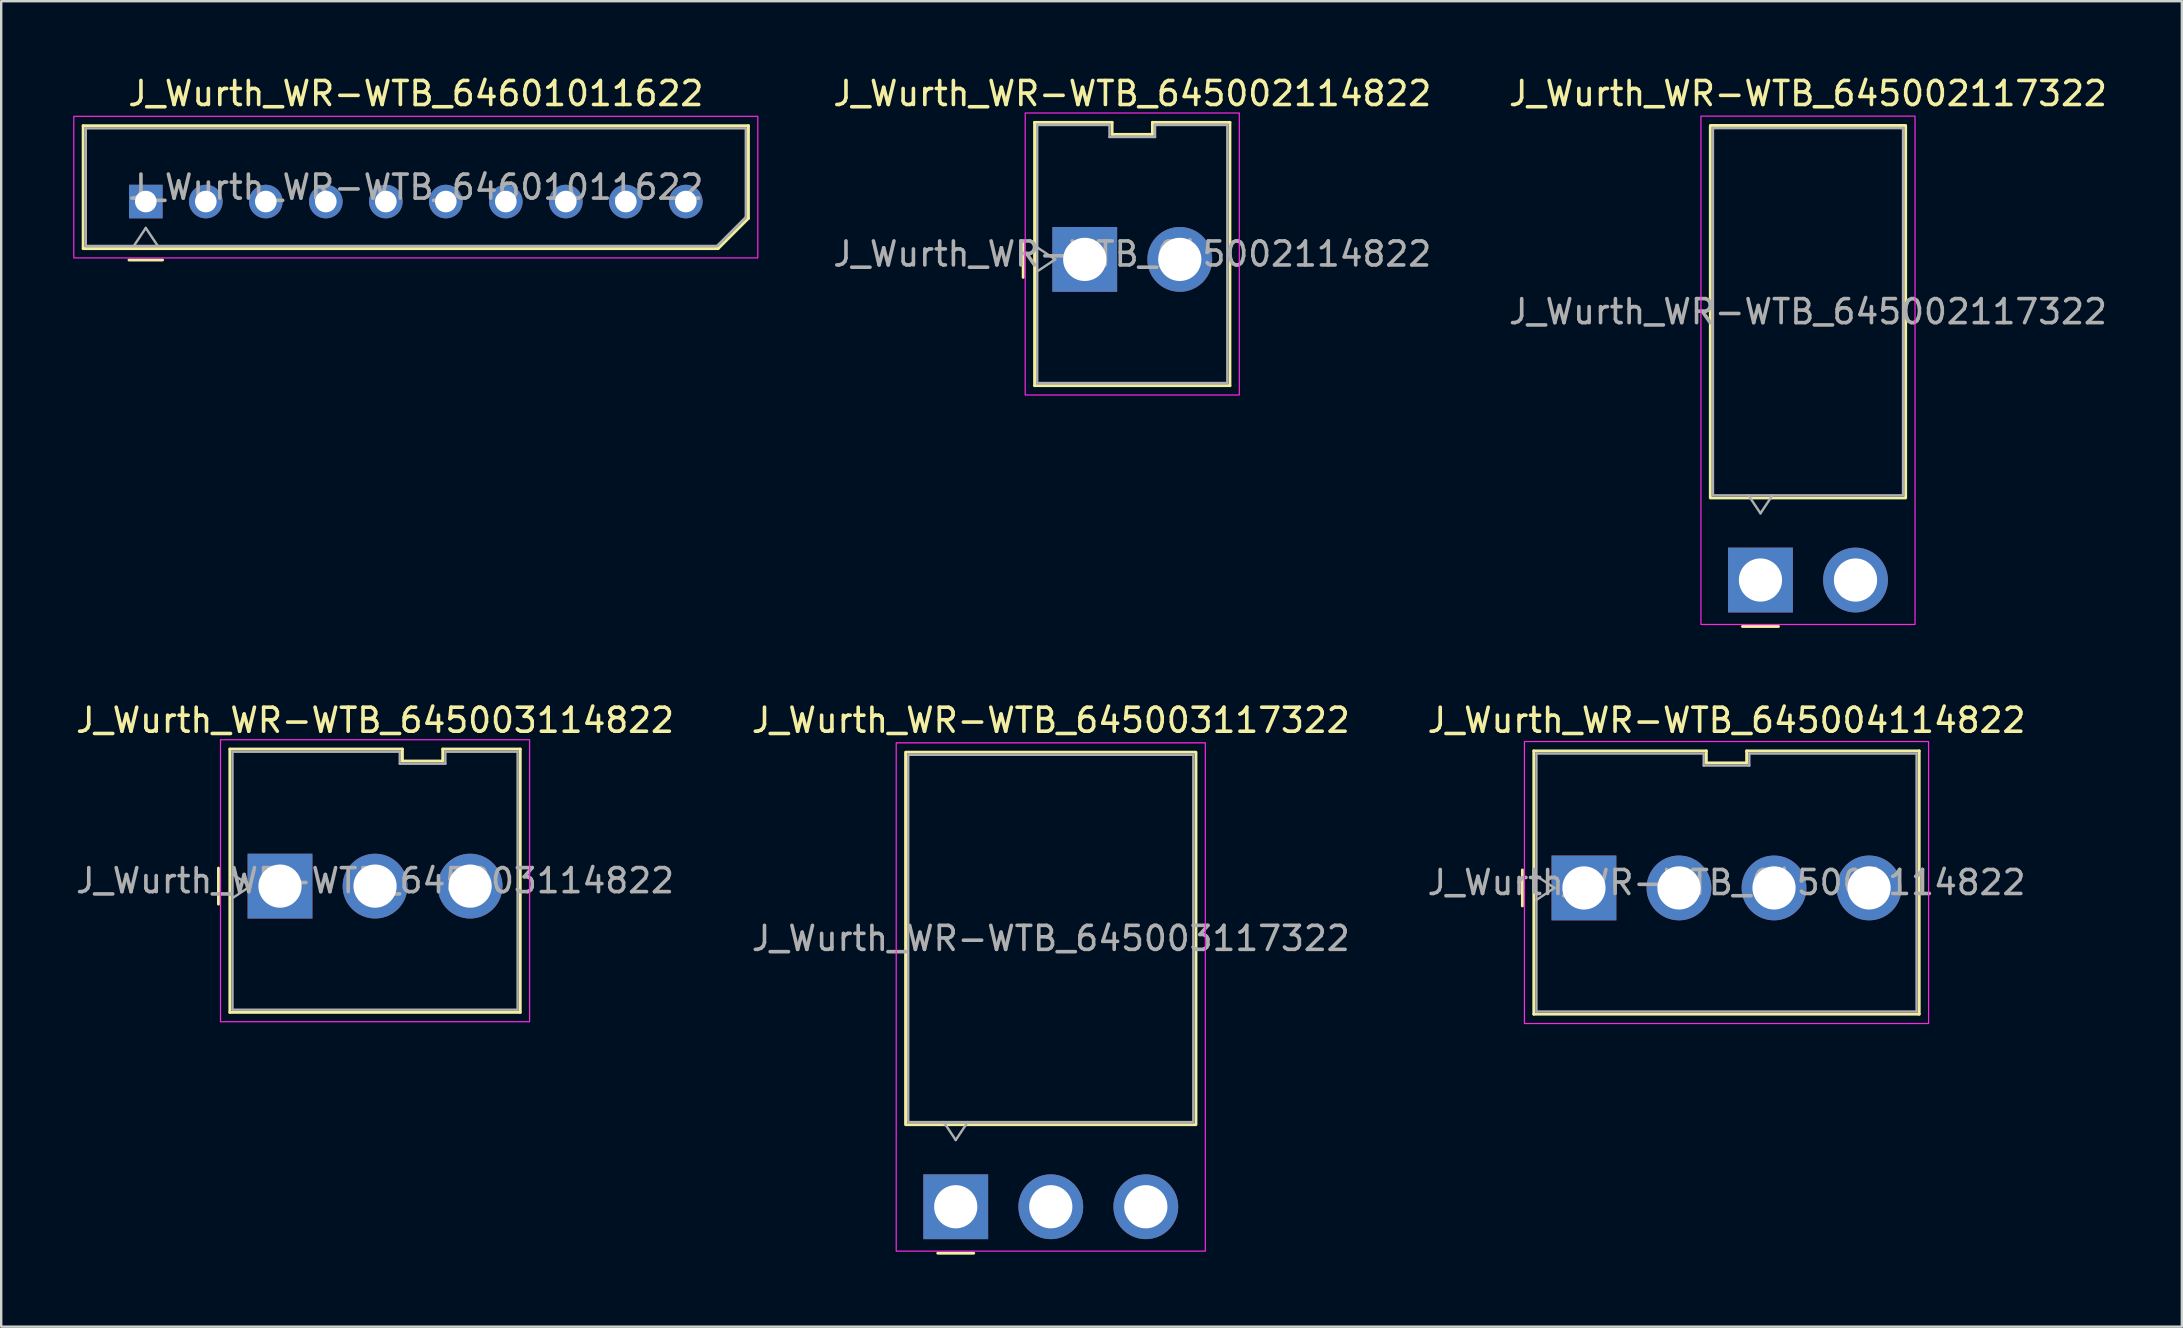
<source format=kicad_pcb>
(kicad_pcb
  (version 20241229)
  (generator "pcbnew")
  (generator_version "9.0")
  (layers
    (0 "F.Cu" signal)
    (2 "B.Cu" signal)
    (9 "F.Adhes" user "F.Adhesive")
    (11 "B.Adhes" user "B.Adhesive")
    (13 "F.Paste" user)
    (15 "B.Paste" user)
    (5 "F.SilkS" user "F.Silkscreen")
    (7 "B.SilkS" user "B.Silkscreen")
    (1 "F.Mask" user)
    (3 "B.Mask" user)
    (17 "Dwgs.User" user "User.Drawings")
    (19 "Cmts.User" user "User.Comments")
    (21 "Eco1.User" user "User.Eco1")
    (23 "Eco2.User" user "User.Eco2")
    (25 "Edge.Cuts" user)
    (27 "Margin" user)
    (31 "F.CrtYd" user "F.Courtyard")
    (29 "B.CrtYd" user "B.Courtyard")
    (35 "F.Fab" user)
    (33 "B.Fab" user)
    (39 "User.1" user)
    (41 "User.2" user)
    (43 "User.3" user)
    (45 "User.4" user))
  (footprint "J_Wurth_WR-WTB_645003117322"
    (layer "F.Cu")
    (at 36.772 47.231)
    (property "Reference" "J_Wurth_WR-WTB_645003117322" (at 3.96 -20.27 0) (unlocked yes) (layer "F.SilkS") (effects (font (size 1 1) (thickness 0.15))))
    (attr through_hole)
    (fp_line (start -0.75 1.935) (end 0.75 1.935) (stroke (width 0.12) (type solid)) (layer "F.SilkS"))
    (fp_rect (start -2.09 -18.94) (end 10.01 -3.42) (stroke (width 0.12) (type solid)) (fill no) (layer "F.SilkS"))
    (fp_rect (start -2.48 -19.33) (end 10.4 1.85) (stroke (width 0.05) (type solid)) (fill no) (layer "F.CrtYd"))
    (fp_line (start 0 -2.78) (end -0.5 -3.53) (stroke (width 0.1) (type solid)) (layer "F.Fab"))
    (fp_line (start 0 -2.78) (end 0.5 -3.53) (stroke (width 0.1) (type solid)) (layer "F.Fab"))
    (fp_rect (start -1.98 -18.83) (end 9.9 -3.53) (stroke (width 0.1) (type solid)) (fill no) (layer "F.Fab"))
    (fp_text user "${REFERENCE}" (at 3.96 -11.18 0) (unlocked yes) (layer "F.Fab") (effects (font (size 1 1) (thickness 0.15))))
    (pad "1" thru_hole rect (at 0 0 180) (size 2.7 2.7) (drill 1.8) (layers "*.Cu" "*.Mask"))
    (pad "2" thru_hole circle (at 3.96 0 180) (size 2.7 2.7) (drill 1.8) (layers "*.Cu" "*.Mask"))
    (pad "3" thru_hole circle (at 7.92 0 180) (size 2.7 2.7) (drill 1.8) (layers "*.Cu" "*.Mask")))
  (footprint "J_Wurth_WR-WTB_64601011622"
    (layer "F.Cu")
    (at 3.025 5.348)
    (property "Reference" "J_Wurth_WR-WTB_64601011622" (at 11.25 -4.5 0) (unlocked yes) (layer "F.SilkS") (effects (font (size 1 1) (thickness 0.15))))
    (attr through_hole)
    (fp_line (start -2.61 -3.16) (end 25.11 -3.16) (stroke (width 0.12) (type default)) (layer "F.SilkS"))
    (fp_line (start -2.61 1.96) (end -2.61 -3.16) (stroke (width 0.12) (type default)) (layer "F.SilkS"))
    (fp_line (start -0.7 2.435) (end 0.7 2.435) (stroke (width 0.12) (type solid)) (layer "F.SilkS"))
    (fp_line (start 23.846 1.96) (end -2.61 1.96) (stroke (width 0.12) (type default)) (layer "F.SilkS"))
    (fp_line (start 23.846 1.96) (end 25.11 0.696) (stroke (width 0.12) (type default)) (layer "F.SilkS"))
    (fp_line (start 25.11 -3.16) (end 25.11 0.696) (stroke (width 0.12) (type default)) (layer "F.SilkS"))
    (fp_rect (start -3 -3.55) (end 25.5 2.35) (stroke (width 0.05) (type solid)) (fill no) (layer "F.CrtYd"))
    (fp_line (start -2.5 -3.05) (end 25 -3.05) (stroke (width 0.1) (type default)) (layer "F.Fab"))
    (fp_line (start -2.5 1.85) (end -2.5 -3.05) (stroke (width 0.1) (type default)) (layer "F.Fab"))
    (fp_line (start 0 1.1) (end -0.5 1.85) (stroke (width 0.1) (type solid)) (layer "F.Fab"))
    (fp_line (start 0 1.1) (end 0.5 1.85) (stroke (width 0.1) (type solid)) (layer "F.Fab"))
    (fp_line (start 23.8 1.85) (end -2.5 1.85) (stroke (width 0.1) (type solid)) (layer "F.Fab"))
    (fp_line (start 23.8 1.85) (end 25 0.65) (stroke (width 0.1) (type default)) (layer "F.Fab"))
    (fp_line (start 25 -3.05) (end 25 0.65) (stroke (width 0.1) (type solid)) (layer "F.Fab"))
    (fp_text user "${REFERENCE}" (at 11.25 -0.6 0) (unlocked yes) (layer "F.Fab") (effects (font (size 1 1) (thickness 0.15))))
    (pad "1" thru_hole rect (at 0 0 180) (size 1.4 1.4) (drill 0.9) (layers "*.Cu" "*.Mask"))
    (pad "2" thru_hole circle (at 2.5 0 180) (size 1.4 1.4) (drill 0.9) (layers "*.Cu" "*.Mask"))
    (pad "3" thru_hole circle (at 5 0 180) (size 1.4 1.4) (drill 0.9) (layers "*.Cu" "*.Mask"))
    (pad "4" thru_hole circle (at 7.5 0 180) (size 1.4 1.4) (drill 0.9) (layers "*.Cu" "*.Mask"))
    (pad "5" thru_hole circle (at 10 0 180) (size 1.4 1.4) (drill 0.9) (layers "*.Cu" "*.Mask"))
    (pad "6" thru_hole circle (at 12.5 0 180) (size 1.4 1.4) (drill 0.9) (layers "*.Cu" "*.Mask"))
    (pad "7" thru_hole circle (at 15 0 180) (size 1.4 1.4) (drill 0.9) (layers "*.Cu" "*.Mask"))
    (pad "8" thru_hole circle (at 17.5 0 180) (size 1.4 1.4) (drill 0.9) (layers "*.Cu" "*.Mask"))
    (pad "9" thru_hole circle (at 20 0 180) (size 1.4 1.4) (drill 0.9) (layers "*.Cu" "*.Mask"))
    (pad "10" thru_hole circle (at 22.5 0 180) (size 1.4 1.4) (drill 0.9) (layers "*.Cu" "*.Mask")))
  (footprint "J_Wurth_WR-WTB_645002117322"
    (layer "F.Cu")
    (at 70.302 21.118)
    (property "Reference" "J_Wurth_WR-WTB_645002117322" (at 1.98 -20.27 0) (unlocked yes) (layer "F.SilkS") (effects (font (size 1 1) (thickness 0.15))))
    (attr through_hole)
    (fp_line (start -0.75 1.935) (end 0.75 1.935) (stroke (width 0.12) (type solid)) (layer "F.SilkS"))
    (fp_rect (start -2.09 -18.94) (end 6.05 -3.42) (stroke (width 0.12) (type default)) (fill no) (layer "F.SilkS"))
    (fp_rect (start -2.48 -19.33) (end 6.44 1.85) (stroke (width 0.05) (type solid)) (fill no) (layer "F.CrtYd"))
    (fp_line (start 0 -2.78) (end -0.5 -3.53) (stroke (width 0.1) (type solid)) (layer "F.Fab"))
    (fp_line (start 0 -2.78) (end 0.5 -3.53) (stroke (width 0.1) (type solid)) (layer "F.Fab"))
    (fp_rect (start -1.98 -18.83) (end 5.94 -3.53) (stroke (width 0.1) (type solid)) (fill no) (layer "F.Fab"))
    (fp_text user "${REFERENCE}" (at 1.98 -11.18 0) (unlocked yes) (layer "F.Fab") (effects (font (size 1 1) (thickness 0.15))))
    (pad "1" thru_hole rect (at 0 0 180) (size 2.7 2.7) (drill 1.8) (layers "*.Cu" "*.Mask"))
    (pad "2" thru_hole circle (at 3.96 0 180) (size 2.7 2.7) (drill 1.8) (layers "*.Cu" "*.Mask")))
  (footprint "J_Wurth_WR-WTB_645004114822"
    (layer "F.Cu")
    (at 62.947 33.947)
    (property "Reference" "J_Wurth_WR-WTB_645004114822" (at 5.94 -6.985 0) (unlocked yes) (layer "F.SilkS") (effects (font (size 1 1) (thickness 0.15))))
    (attr through_hole)
    (fp_line (start -2.565 -0.75) (end -2.565 0.75) (stroke (width 0.12) (type solid)) (layer "F.SilkS"))
    (fp_line (start -2.09 5.26) (end -2.09 -5.71) (stroke (width 0.12) (type default)) (layer "F.SilkS"))
    (fp_line (start 5.1 -5.71) (end -2.09 -5.71) (stroke (width 0.12) (type solid)) (layer "F.SilkS"))
    (fp_line (start 5.1 -5.71) (end 5.1 -5.21) (stroke (width 0.12) (type solid)) (layer "F.SilkS"))
    (fp_line (start 6.78 -5.71) (end 6.78 -5.21) (stroke (width 0.12) (type solid)) (layer "F.SilkS"))
    (fp_line (start 6.78 -5.21) (end 5.1 -5.21) (stroke (width 0.12) (type solid)) (layer "F.SilkS"))
    (fp_line (start 13.97 -5.71) (end 6.78 -5.71) (stroke (width 0.12) (type solid)) (layer "F.SilkS"))
    (fp_line (start 13.97 -5.71) (end 13.97 5.26) (stroke (width 0.12) (type default)) (layer "F.SilkS"))
    (fp_line (start 13.97 5.26) (end -2.09 5.26) (stroke (width 0.12) (type default)) (layer "F.SilkS"))
    (fp_rect (start -2.48 -6.1) (end 14.36 5.65) (stroke (width 0.05) (type solid)) (fill no) (layer "F.CrtYd"))
    (fp_line (start -1.98 5.15) (end -1.98 -5.6) (stroke (width 0.1) (type default)) (layer "F.Fab"))
    (fp_line (start -1.23 0) (end -1.98 -0.5) (stroke (width 0.1) (type solid)) (layer "F.Fab"))
    (fp_line (start -1.23 0) (end -1.98 0.5) (stroke (width 0.1) (type solid)) (layer "F.Fab"))
    (fp_line (start 4.99 -5.6) (end -1.98 -5.6) (stroke (width 0.1) (type solid)) (layer "F.Fab"))
    (fp_line (start 4.99 -5.6) (end 4.99 -5.1) (stroke (width 0.1) (type default)) (layer "F.Fab"))
    (fp_line (start 6.89 -5.6) (end 6.89 -5.1) (stroke (width 0.1) (type default)) (layer "F.Fab"))
    (fp_line (start 6.89 -5.1) (end 4.99 -5.1) (stroke (width 0.1) (type solid)) (layer "F.Fab"))
    (fp_line (start 13.86 -5.6) (end 6.89 -5.6) (stroke (width 0.1) (type solid)) (layer "F.Fab"))
    (fp_line (start 13.86 -5.6) (end 13.86 5.15) (stroke (width 0.1) (type default)) (layer "F.Fab"))
    (fp_line (start 13.86 5.15) (end -1.98 5.15) (stroke (width 0.1) (type default)) (layer "F.Fab"))
    (fp_text user "${REFERENCE}" (at 5.94 -0.225 0) (unlocked yes) (layer "F.Fab") (effects (font (size 1 1) (thickness 0.15))))
    (pad "1" thru_hole rect (at 0 0 180) (size 2.7 2.7) (drill 1.8) (layers "*.Cu" "*.Mask"))
    (pad "2" thru_hole circle (at 3.96 0 180) (size 2.7 2.7) (drill 1.8) (layers "*.Cu" "*.Mask"))
    (pad "3" thru_hole circle (at 7.92 0 180) (size 2.7 2.7) (drill 1.8) (layers "*.Cu" "*.Mask"))
    (pad "4" thru_hole circle (at 11.88 0 180) (size 2.7 2.7) (drill 1.8) (layers "*.Cu" "*.Mask")))
  (footprint "J_Wurth_WR-WTB_645003114822"
    (layer "F.Cu")
    (at 8.617 33.871)
    (property "Reference" "J_Wurth_WR-WTB_645003114822" (at 3.96 -6.91 0) (unlocked yes) (layer "F.SilkS") (effects (font (size 1 1) (thickness 0.15))))
    (attr through_hole)
    (fp_line (start -2.565 -0.75) (end -2.565 0.75) (stroke (width 0.12) (type solid)) (layer "F.SilkS"))
    (fp_line (start -2.09 5.26) (end -2.09 -5.71) (stroke (width 0.12) (type default)) (layer "F.SilkS"))
    (fp_line (start 5.1 -5.71) (end -2.09 -5.71) (stroke (width 0.12) (type solid)) (layer "F.SilkS"))
    (fp_line (start 5.1 -5.71) (end 5.1 -5.21) (stroke (width 0.12) (type solid)) (layer "F.SilkS"))
    (fp_line (start 6.78 -5.71) (end 6.78 -5.21) (stroke (width 0.12) (type solid)) (layer "F.SilkS"))
    (fp_line (start 6.78 -5.21) (end 5.1 -5.21) (stroke (width 0.12) (type solid)) (layer "F.SilkS"))
    (fp_line (start 10.01 -5.71) (end 6.78 -5.71) (stroke (width 0.12) (type solid)) (layer "F.SilkS"))
    (fp_line (start 10.01 -5.71) (end 10.01 5.26) (stroke (width 0.12) (type default)) (layer "F.SilkS"))
    (fp_line (start 10.01 5.26) (end -2.09 5.26) (stroke (width 0.12) (type default)) (layer "F.SilkS"))
    (fp_rect (start -2.48 -6.1) (end 10.4 5.65) (stroke (width 0.05) (type solid)) (fill no) (layer "F.CrtYd"))
    (fp_line (start -1.98 5.15) (end -1.98 -5.6) (stroke (width 0.1) (type default)) (layer "F.Fab"))
    (fp_line (start -1.23 0) (end -1.98 -0.5) (stroke (width 0.1) (type solid)) (layer "F.Fab"))
    (fp_line (start -1.23 0) (end -1.98 0.5) (stroke (width 0.1) (type solid)) (layer "F.Fab"))
    (fp_line (start 4.99 -5.6) (end -1.98 -5.6) (stroke (width 0.1) (type solid)) (layer "F.Fab"))
    (fp_line (start 4.99 -5.6) (end 4.99 -5.1) (stroke (width 0.1) (type default)) (layer "F.Fab"))
    (fp_line (start 6.89 -5.6) (end 6.89 -5.1) (stroke (width 0.1) (type default)) (layer "F.Fab"))
    (fp_line (start 6.89 -5.1) (end 4.99 -5.1) (stroke (width 0.1) (type solid)) (layer "F.Fab"))
    (fp_line (start 9.9 -5.6) (end 6.89 -5.6) (stroke (width 0.1) (type solid)) (layer "F.Fab"))
    (fp_line (start 9.9 -5.6) (end 9.9 5.15) (stroke (width 0.1) (type default)) (layer "F.Fab"))
    (fp_line (start 9.9 5.15) (end -1.98 5.15) (stroke (width 0.1) (type default)) (layer "F.Fab"))
    (fp_text user "${REFERENCE}" (at 3.96 -0.225 0) (unlocked yes) (layer "F.Fab") (effects (font (size 1 1) (thickness 0.15))))
    (pad "1" thru_hole rect (at 0 0 180) (size 2.7 2.7) (drill 1.8) (layers "*.Cu" "*.Mask"))
    (pad "2" thru_hole circle (at 3.96 0 180) (size 2.7 2.7) (drill 1.8) (layers "*.Cu" "*.Mask"))
    (pad "3" thru_hole circle (at 7.92 0 180) (size 2.7 2.7) (drill 1.8) (layers "*.Cu" "*.Mask")))
  (footprint "J_Wurth_WR-WTB_645002114822"
    (layer "F.Cu")
    (at 42.147 7.758)
    (property "Reference" "J_Wurth_WR-WTB_645002114822" (at 1.98 -6.91 0) (unlocked yes) (layer "F.SilkS") (effects (font (size 1 1) (thickness 0.15))))
    (attr through_hole)
    (fp_line (start -2.565 -0.75) (end -2.565 0.75) (stroke (width 0.12) (type solid)) (layer "F.SilkS"))
    (fp_line (start -2.09 5.26) (end -2.09 -5.71) (stroke (width 0.12) (type default)) (layer "F.SilkS"))
    (fp_line (start 1.14 -5.71) (end -2.09 -5.71) (stroke (width 0.12) (type solid)) (layer "F.SilkS"))
    (fp_line (start 1.14 -5.71) (end 1.14 -5.21) (stroke (width 0.12) (type solid)) (layer "F.SilkS"))
    (fp_line (start 2.82 -5.71) (end 2.82 -5.21) (stroke (width 0.12) (type solid)) (layer "F.SilkS"))
    (fp_line (start 2.82 -5.21) (end 1.14 -5.21) (stroke (width 0.12) (type solid)) (layer "F.SilkS"))
    (fp_line (start 6.05 -5.71) (end 2.82 -5.71) (stroke (width 0.12) (type solid)) (layer "F.SilkS"))
    (fp_line (start 6.05 -5.71) (end 6.05 5.26) (stroke (width 0.12) (type default)) (layer "F.SilkS"))
    (fp_line (start 6.05 5.26) (end -2.09 5.26) (stroke (width 0.12) (type default)) (layer "F.SilkS"))
    (fp_rect (start -2.48 -6.1) (end 6.44 5.65) (stroke (width 0.05) (type default)) (fill no) (layer "F.CrtYd"))
    (fp_line (start -1.98 5.15) (end -1.98 -5.6) (stroke (width 0.1) (type default)) (layer "F.Fab"))
    (fp_line (start -1.23 0) (end -1.98 -0.5) (stroke (width 0.1) (type solid)) (layer "F.Fab"))
    (fp_line (start -1.23 0) (end -1.98 0.5) (stroke (width 0.1) (type solid)) (layer "F.Fab"))
    (fp_line (start 1.03 -5.6) (end -1.98 -5.6) (stroke (width 0.1) (type solid)) (layer "F.Fab"))
    (fp_line (start 1.03 -5.6) (end 1.03 -5.1) (stroke (width 0.1) (type default)) (layer "F.Fab"))
    (fp_line (start 2.93 -5.6) (end 2.93 -5.1) (stroke (width 0.1) (type default)) (layer "F.Fab"))
    (fp_line (start 2.93 -5.1) (end 1.03 -5.1) (stroke (width 0.1) (type solid)) (layer "F.Fab"))
    (fp_line (start 5.94 -5.6) (end 2.93 -5.6) (stroke (width 0.1) (type solid)) (layer "F.Fab"))
    (fp_line (start 5.94 -5.6) (end 5.94 5.15) (stroke (width 0.1) (type default)) (layer "F.Fab"))
    (fp_line (start 5.94 5.15) (end -1.98 5.15) (stroke (width 0.1) (type default)) (layer "F.Fab"))
    (fp_text user "${REFERENCE}" (at 1.98 -0.225 0) (unlocked yes) (layer "F.Fab") (effects (font (size 1 1) (thickness 0.15))))
    (pad "1" thru_hole rect (at 0 0 180) (size 2.7 2.7) (drill 1.8) (layers "*.Cu" "*.Mask"))
    (pad "2" thru_hole circle (at 3.96 0 180) (size 2.7 2.7) (drill 1.8) (layers "*.Cu" "*.Mask")))
  (gr_rect
    (start -3 -3)
    (end 87.86 52.227)
    (stroke (width 0.1) (type default))
    (fill no)
    (layer "Edge.Cuts")))
</source>
